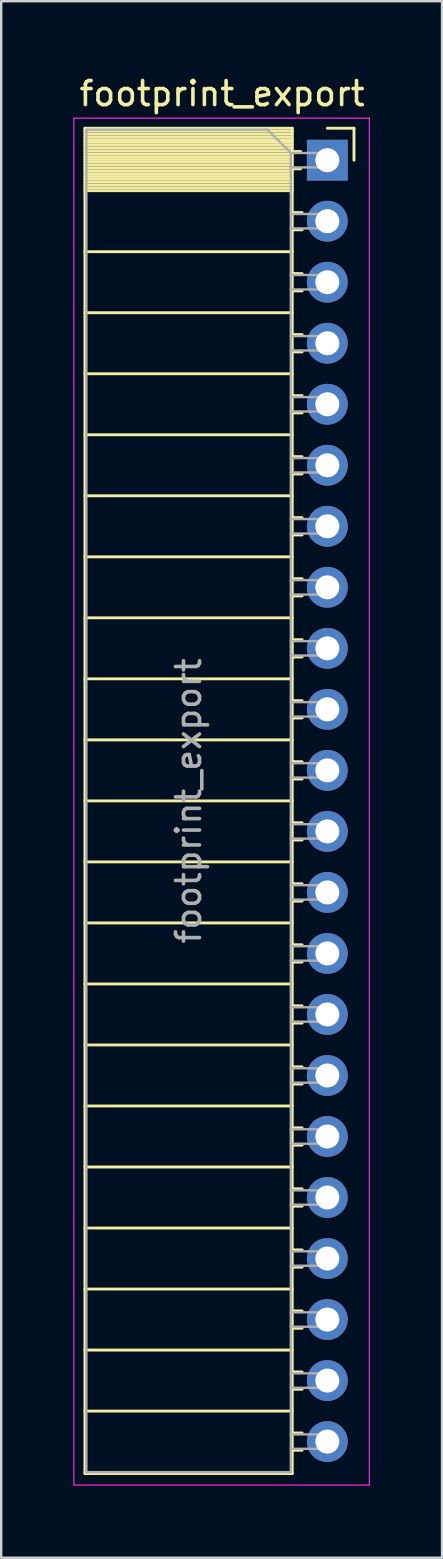
<source format=kicad_pcb>
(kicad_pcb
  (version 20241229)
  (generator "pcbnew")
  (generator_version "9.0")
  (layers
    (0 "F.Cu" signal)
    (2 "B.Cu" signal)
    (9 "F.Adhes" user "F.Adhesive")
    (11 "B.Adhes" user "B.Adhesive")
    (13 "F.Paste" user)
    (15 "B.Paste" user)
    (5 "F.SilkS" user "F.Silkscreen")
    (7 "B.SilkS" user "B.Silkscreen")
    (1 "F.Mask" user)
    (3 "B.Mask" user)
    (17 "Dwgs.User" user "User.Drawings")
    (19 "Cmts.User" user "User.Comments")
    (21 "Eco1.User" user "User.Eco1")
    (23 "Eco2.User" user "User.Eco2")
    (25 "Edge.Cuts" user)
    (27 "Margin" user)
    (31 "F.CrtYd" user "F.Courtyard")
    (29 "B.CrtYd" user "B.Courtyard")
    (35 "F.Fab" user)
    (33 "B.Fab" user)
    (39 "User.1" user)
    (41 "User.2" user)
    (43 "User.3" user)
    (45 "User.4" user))
  (footprint "footprint_export"
    (layer "F.Cu")
    (at 10.575 3.618)
    (property "Reference" "footprint_export" (at -4.38 -2.77 0) (layer "F.SilkS") (effects (font (size 1 1) (thickness 0.15))))
    (attr through_hole)
    (fp_line (start -10.09 -1.33) (end -10.09 54.67) (stroke (width 0.12) (type solid)) (layer "F.SilkS"))
    (fp_line (start -10.09 -1.33) (end -1.46 -1.33) (stroke (width 0.12) (type solid)) (layer "F.SilkS"))
    (fp_line (start -10.09 -1.21) (end -1.46 -1.21) (stroke (width 0.12) (type solid)) (layer "F.SilkS"))
    (fp_line (start -10.09 -1.092) (end -1.46 -1.092) (stroke (width 0.12) (type solid)) (layer "F.SilkS"))
    (fp_line (start -10.09 -0.974) (end -1.46 -0.974) (stroke (width 0.12) (type solid)) (layer "F.SilkS"))
    (fp_line (start -10.09 -0.856) (end -1.46 -0.856) (stroke (width 0.12) (type solid)) (layer "F.SilkS"))
    (fp_line (start -10.09 -0.738) (end -1.46 -0.738) (stroke (width 0.12) (type solid)) (layer "F.SilkS"))
    (fp_line (start -10.09 -0.62) (end -1.46 -0.62) (stroke (width 0.12) (type solid)) (layer "F.SilkS"))
    (fp_line (start -10.09 -0.501) (end -1.46 -0.501) (stroke (width 0.12) (type solid)) (layer "F.SilkS"))
    (fp_line (start -10.09 -0.383) (end -1.46 -0.383) (stroke (width 0.12) (type solid)) (layer "F.SilkS"))
    (fp_line (start -10.09 -0.265) (end -1.46 -0.265) (stroke (width 0.12) (type solid)) (layer "F.SilkS"))
    (fp_line (start -10.09 -0.147) (end -1.46 -0.147) (stroke (width 0.12) (type solid)) (layer "F.SilkS"))
    (fp_line (start -10.09 -0.029) (end -1.46 -0.029) (stroke (width 0.12) (type solid)) (layer "F.SilkS"))
    (fp_line (start -10.09 0.089) (end -1.46 0.089) (stroke (width 0.12) (type solid)) (layer "F.SilkS"))
    (fp_line (start -10.09 0.207) (end -1.46 0.207) (stroke (width 0.12) (type solid)) (layer "F.SilkS"))
    (fp_line (start -10.09 0.325) (end -1.46 0.325) (stroke (width 0.12) (type solid)) (layer "F.SilkS"))
    (fp_line (start -10.09 0.443) (end -1.46 0.443) (stroke (width 0.12) (type solid)) (layer "F.SilkS"))
    (fp_line (start -10.09 0.561) (end -1.46 0.561) (stroke (width 0.12) (type solid)) (layer "F.SilkS"))
    (fp_line (start -10.09 0.68) (end -1.46 0.68) (stroke (width 0.12) (type solid)) (layer "F.SilkS"))
    (fp_line (start -10.09 0.798) (end -1.46 0.798) (stroke (width 0.12) (type solid)) (layer "F.SilkS"))
    (fp_line (start -10.09 0.916) (end -1.46 0.916) (stroke (width 0.12) (type solid)) (layer "F.SilkS"))
    (fp_line (start -10.09 1.034) (end -1.46 1.034) (stroke (width 0.12) (type solid)) (layer "F.SilkS"))
    (fp_line (start -10.09 1.152) (end -1.46 1.152) (stroke (width 0.12) (type solid)) (layer "F.SilkS"))
    (fp_line (start -10.09 1.27) (end -1.46 1.27) (stroke (width 0.12) (type solid)) (layer "F.SilkS"))
    (fp_line (start -10.09 3.81) (end -1.46 3.81) (stroke (width 0.12) (type solid)) (layer "F.SilkS"))
    (fp_line (start -10.09 6.35) (end -1.46 6.35) (stroke (width 0.12) (type solid)) (layer "F.SilkS"))
    (fp_line (start -10.09 8.89) (end -1.46 8.89) (stroke (width 0.12) (type solid)) (layer "F.SilkS"))
    (fp_line (start -10.09 11.43) (end -1.46 11.43) (stroke (width 0.12) (type solid)) (layer "F.SilkS"))
    (fp_line (start -10.09 13.97) (end -1.46 13.97) (stroke (width 0.12) (type solid)) (layer "F.SilkS"))
    (fp_line (start -10.09 16.51) (end -1.46 16.51) (stroke (width 0.12) (type solid)) (layer "F.SilkS"))
    (fp_line (start -10.09 19.05) (end -1.46 19.05) (stroke (width 0.12) (type solid)) (layer "F.SilkS"))
    (fp_line (start -10.09 21.59) (end -1.46 21.59) (stroke (width 0.12) (type solid)) (layer "F.SilkS"))
    (fp_line (start -10.09 24.13) (end -1.46 24.13) (stroke (width 0.12) (type solid)) (layer "F.SilkS"))
    (fp_line (start -10.09 26.67) (end -1.46 26.67) (stroke (width 0.12) (type solid)) (layer "F.SilkS"))
    (fp_line (start -10.09 29.21) (end -1.46 29.21) (stroke (width 0.12) (type solid)) (layer "F.SilkS"))
    (fp_line (start -10.09 31.75) (end -1.46 31.75) (stroke (width 0.12) (type solid)) (layer "F.SilkS"))
    (fp_line (start -10.09 34.29) (end -1.46 34.29) (stroke (width 0.12) (type solid)) (layer "F.SilkS"))
    (fp_line (start -10.09 36.83) (end -1.46 36.83) (stroke (width 0.12) (type solid)) (layer "F.SilkS"))
    (fp_line (start -10.09 39.37) (end -1.46 39.37) (stroke (width 0.12) (type solid)) (layer "F.SilkS"))
    (fp_line (start -10.09 41.91) (end -1.46 41.91) (stroke (width 0.12) (type solid)) (layer "F.SilkS"))
    (fp_line (start -10.09 44.45) (end -1.46 44.45) (stroke (width 0.12) (type solid)) (layer "F.SilkS"))
    (fp_line (start -10.09 46.99) (end -1.46 46.99) (stroke (width 0.12) (type solid)) (layer "F.SilkS"))
    (fp_line (start -10.09 49.53) (end -1.46 49.53) (stroke (width 0.12) (type solid)) (layer "F.SilkS"))
    (fp_line (start -10.09 52.07) (end -1.46 52.07) (stroke (width 0.12) (type solid)) (layer "F.SilkS"))
    (fp_line (start -10.09 54.67) (end -1.46 54.67) (stroke (width 0.12) (type solid)) (layer "F.SilkS"))
    (fp_line (start -1.46 -1.33) (end -1.46 54.67) (stroke (width 0.12) (type solid)) (layer "F.SilkS"))
    (fp_line (start -1.46 -0.36) (end -1.11 -0.36) (stroke (width 0.12) (type solid)) (layer "F.SilkS"))
    (fp_line (start -1.46 0.36) (end -1.11 0.36) (stroke (width 0.12) (type solid)) (layer "F.SilkS"))
    (fp_line (start -1.46 2.18) (end -1.05 2.18) (stroke (width 0.12) (type solid)) (layer "F.SilkS"))
    (fp_line (start -1.46 2.9) (end -1.05 2.9) (stroke (width 0.12) (type solid)) (layer "F.SilkS"))
    (fp_line (start -1.46 4.72) (end -1.05 4.72) (stroke (width 0.12) (type solid)) (layer "F.SilkS"))
    (fp_line (start -1.46 5.44) (end -1.05 5.44) (stroke (width 0.12) (type solid)) (layer "F.SilkS"))
    (fp_line (start -1.46 7.26) (end -1.05 7.26) (stroke (width 0.12) (type solid)) (layer "F.SilkS"))
    (fp_line (start -1.46 7.98) (end -1.05 7.98) (stroke (width 0.12) (type solid)) (layer "F.SilkS"))
    (fp_line (start -1.46 9.8) (end -1.05 9.8) (stroke (width 0.12) (type solid)) (layer "F.SilkS"))
    (fp_line (start -1.46 10.52) (end -1.05 10.52) (stroke (width 0.12) (type solid)) (layer "F.SilkS"))
    (fp_line (start -1.46 12.34) (end -1.05 12.34) (stroke (width 0.12) (type solid)) (layer "F.SilkS"))
    (fp_line (start -1.46 13.06) (end -1.05 13.06) (stroke (width 0.12) (type solid)) (layer "F.SilkS"))
    (fp_line (start -1.46 14.88) (end -1.05 14.88) (stroke (width 0.12) (type solid)) (layer "F.SilkS"))
    (fp_line (start -1.46 15.6) (end -1.05 15.6) (stroke (width 0.12) (type solid)) (layer "F.SilkS"))
    (fp_line (start -1.46 17.42) (end -1.05 17.42) (stroke (width 0.12) (type solid)) (layer "F.SilkS"))
    (fp_line (start -1.46 18.14) (end -1.05 18.14) (stroke (width 0.12) (type solid)) (layer "F.SilkS"))
    (fp_line (start -1.46 19.96) (end -1.05 19.96) (stroke (width 0.12) (type solid)) (layer "F.SilkS"))
    (fp_line (start -1.46 20.68) (end -1.05 20.68) (stroke (width 0.12) (type solid)) (layer "F.SilkS"))
    (fp_line (start -1.46 22.5) (end -1.05 22.5) (stroke (width 0.12) (type solid)) (layer "F.SilkS"))
    (fp_line (start -1.46 23.22) (end -1.05 23.22) (stroke (width 0.12) (type solid)) (layer "F.SilkS"))
    (fp_line (start -1.46 25.04) (end -1.05 25.04) (stroke (width 0.12) (type solid)) (layer "F.SilkS"))
    (fp_line (start -1.46 25.76) (end -1.05 25.76) (stroke (width 0.12) (type solid)) (layer "F.SilkS"))
    (fp_line (start -1.46 27.58) (end -1.05 27.58) (stroke (width 0.12) (type solid)) (layer "F.SilkS"))
    (fp_line (start -1.46 28.3) (end -1.05 28.3) (stroke (width 0.12) (type solid)) (layer "F.SilkS"))
    (fp_line (start -1.46 30.12) (end -1.05 30.12) (stroke (width 0.12) (type solid)) (layer "F.SilkS"))
    (fp_line (start -1.46 30.84) (end -1.05 30.84) (stroke (width 0.12) (type solid)) (layer "F.SilkS"))
    (fp_line (start -1.46 32.66) (end -1.05 32.66) (stroke (width 0.12) (type solid)) (layer "F.SilkS"))
    (fp_line (start -1.46 33.38) (end -1.05 33.38) (stroke (width 0.12) (type solid)) (layer "F.SilkS"))
    (fp_line (start -1.46 35.2) (end -1.05 35.2) (stroke (width 0.12) (type solid)) (layer "F.SilkS"))
    (fp_line (start -1.46 35.92) (end -1.05 35.92) (stroke (width 0.12) (type solid)) (layer "F.SilkS"))
    (fp_line (start -1.46 37.74) (end -1.05 37.74) (stroke (width 0.12) (type solid)) (layer "F.SilkS"))
    (fp_line (start -1.46 38.46) (end -1.05 38.46) (stroke (width 0.12) (type solid)) (layer "F.SilkS"))
    (fp_line (start -1.46 40.28) (end -1.05 40.28) (stroke (width 0.12) (type solid)) (layer "F.SilkS"))
    (fp_line (start -1.46 41) (end -1.05 41) (stroke (width 0.12) (type solid)) (layer "F.SilkS"))
    (fp_line (start -1.46 42.82) (end -1.05 42.82) (stroke (width 0.12) (type solid)) (layer "F.SilkS"))
    (fp_line (start -1.46 43.54) (end -1.05 43.54) (stroke (width 0.12) (type solid)) (layer "F.SilkS"))
    (fp_line (start -1.46 45.36) (end -1.05 45.36) (stroke (width 0.12) (type solid)) (layer "F.SilkS"))
    (fp_line (start -1.46 46.08) (end -1.05 46.08) (stroke (width 0.12) (type solid)) (layer "F.SilkS"))
    (fp_line (start -1.46 47.9) (end -1.05 47.9) (stroke (width 0.12) (type solid)) (layer "F.SilkS"))
    (fp_line (start -1.46 48.62) (end -1.05 48.62) (stroke (width 0.12) (type solid)) (layer "F.SilkS"))
    (fp_line (start -1.46 50.44) (end -1.05 50.44) (stroke (width 0.12) (type solid)) (layer "F.SilkS"))
    (fp_line (start -1.46 51.16) (end -1.05 51.16) (stroke (width 0.12) (type solid)) (layer "F.SilkS"))
    (fp_line (start -1.46 52.98) (end -1.05 52.98) (stroke (width 0.12) (type solid)) (layer "F.SilkS"))
    (fp_line (start -1.46 53.7) (end -1.05 53.7) (stroke (width 0.12) (type solid)) (layer "F.SilkS"))
    (fp_line (start 0 -1.33) (end 1.11 -1.33) (stroke (width 0.12) (type solid)) (layer "F.SilkS"))
    (fp_line (start 1.11 -1.33) (end 1.11 0) (stroke (width 0.12) (type solid)) (layer "F.SilkS"))
    (fp_line (start -10.55 -1.75) (end -10.55 55.15) (stroke (width 0.05) (type solid)) (layer "F.CrtYd"))
    (fp_line (start -10.55 55.15) (end 1.75 55.15) (stroke (width 0.05) (type solid)) (layer "F.CrtYd"))
    (fp_line (start 1.75 -1.75) (end -10.55 -1.75) (stroke (width 0.05) (type solid)) (layer "F.CrtYd"))
    (fp_line (start 1.75 55.15) (end 1.75 -1.75) (stroke (width 0.05) (type solid)) (layer "F.CrtYd"))
    (fp_line (start -10.03 -1.27) (end -2.49 -1.27) (stroke (width 0.1) (type solid)) (layer "F.Fab"))
    (fp_line (start -10.03 54.61) (end -10.03 -1.27) (stroke (width 0.1) (type solid)) (layer "F.Fab"))
    (fp_line (start -2.49 -1.27) (end -1.52 -0.3) (stroke (width 0.1) (type solid)) (layer "F.Fab"))
    (fp_line (start -1.52 -0.3) (end -1.52 54.61) (stroke (width 0.1) (type solid)) (layer "F.Fab"))
    (fp_line (start -1.52 0.3) (end 0 0.3) (stroke (width 0.1) (type solid)) (layer "F.Fab"))
    (fp_line (start -1.52 2.84) (end 0 2.84) (stroke (width 0.1) (type solid)) (layer "F.Fab"))
    (fp_line (start -1.52 5.38) (end 0 5.38) (stroke (width 0.1) (type solid)) (layer "F.Fab"))
    (fp_line (start -1.52 7.92) (end 0 7.92) (stroke (width 0.1) (type solid)) (layer "F.Fab"))
    (fp_line (start -1.52 10.46) (end 0 10.46) (stroke (width 0.1) (type solid)) (layer "F.Fab"))
    (fp_line (start -1.52 13) (end 0 13) (stroke (width 0.1) (type solid)) (layer "F.Fab"))
    (fp_line (start -1.52 15.54) (end 0 15.54) (stroke (width 0.1) (type solid)) (layer "F.Fab"))
    (fp_line (start -1.52 18.08) (end 0 18.08) (stroke (width 0.1) (type solid)) (layer "F.Fab"))
    (fp_line (start -1.52 20.62) (end 0 20.62) (stroke (width 0.1) (type solid)) (layer "F.Fab"))
    (fp_line (start -1.52 23.16) (end 0 23.16) (stroke (width 0.1) (type solid)) (layer "F.Fab"))
    (fp_line (start -1.52 25.7) (end 0 25.7) (stroke (width 0.1) (type solid)) (layer "F.Fab"))
    (fp_line (start -1.52 28.24) (end 0 28.24) (stroke (width 0.1) (type solid)) (layer "F.Fab"))
    (fp_line (start -1.52 30.78) (end 0 30.78) (stroke (width 0.1) (type solid)) (layer "F.Fab"))
    (fp_line (start -1.52 33.32) (end 0 33.32) (stroke (width 0.1) (type solid)) (layer "F.Fab"))
    (fp_line (start -1.52 35.86) (end 0 35.86) (stroke (width 0.1) (type solid)) (layer "F.Fab"))
    (fp_line (start -1.52 38.4) (end 0 38.4) (stroke (width 0.1) (type solid)) (layer "F.Fab"))
    (fp_line (start -1.52 40.94) (end 0 40.94) (stroke (width 0.1) (type solid)) (layer "F.Fab"))
    (fp_line (start -1.52 43.48) (end 0 43.48) (stroke (width 0.1) (type solid)) (layer "F.Fab"))
    (fp_line (start -1.52 46.02) (end 0 46.02) (stroke (width 0.1) (type solid)) (layer "F.Fab"))
    (fp_line (start -1.52 48.56) (end 0 48.56) (stroke (width 0.1) (type solid)) (layer "F.Fab"))
    (fp_line (start -1.52 51.1) (end 0 51.1) (stroke (width 0.1) (type solid)) (layer "F.Fab"))
    (fp_line (start -1.52 53.64) (end 0 53.64) (stroke (width 0.1) (type solid)) (layer "F.Fab"))
    (fp_line (start -1.52 54.61) (end -10.03 54.61) (stroke (width 0.1) (type solid)) (layer "F.Fab"))
    (fp_line (start 0 -0.3) (end -1.52 -0.3) (stroke (width 0.1) (type solid)) (layer "F.Fab"))
    (fp_line (start 0 0.3) (end 0 -0.3) (stroke (width 0.1) (type solid)) (layer "F.Fab"))
    (fp_line (start 0 2.24) (end -1.52 2.24) (stroke (width 0.1) (type solid)) (layer "F.Fab"))
    (fp_line (start 0 2.84) (end 0 2.24) (stroke (width 0.1) (type solid)) (layer "F.Fab"))
    (fp_line (start 0 4.78) (end -1.52 4.78) (stroke (width 0.1) (type solid)) (layer "F.Fab"))
    (fp_line (start 0 5.38) (end 0 4.78) (stroke (width 0.1) (type solid)) (layer "F.Fab"))
    (fp_line (start 0 7.32) (end -1.52 7.32) (stroke (width 0.1) (type solid)) (layer "F.Fab"))
    (fp_line (start 0 7.92) (end 0 7.32) (stroke (width 0.1) (type solid)) (layer "F.Fab"))
    (fp_line (start 0 9.86) (end -1.52 9.86) (stroke (width 0.1) (type solid)) (layer "F.Fab"))
    (fp_line (start 0 10.46) (end 0 9.86) (stroke (width 0.1) (type solid)) (layer "F.Fab"))
    (fp_line (start 0 12.4) (end -1.52 12.4) (stroke (width 0.1) (type solid)) (layer "F.Fab"))
    (fp_line (start 0 13) (end 0 12.4) (stroke (width 0.1) (type solid)) (layer "F.Fab"))
    (fp_line (start 0 14.94) (end -1.52 14.94) (stroke (width 0.1) (type solid)) (layer "F.Fab"))
    (fp_line (start 0 15.54) (end 0 14.94) (stroke (width 0.1) (type solid)) (layer "F.Fab"))
    (fp_line (start 0 17.48) (end -1.52 17.48) (stroke (width 0.1) (type solid)) (layer "F.Fab"))
    (fp_line (start 0 18.08) (end 0 17.48) (stroke (width 0.1) (type solid)) (layer "F.Fab"))
    (fp_line (start 0 20.02) (end -1.52 20.02) (stroke (width 0.1) (type solid)) (layer "F.Fab"))
    (fp_line (start 0 20.62) (end 0 20.02) (stroke (width 0.1) (type solid)) (layer "F.Fab"))
    (fp_line (start 0 22.56) (end -1.52 22.56) (stroke (width 0.1) (type solid)) (layer "F.Fab"))
    (fp_line (start 0 23.16) (end 0 22.56) (stroke (width 0.1) (type solid)) (layer "F.Fab"))
    (fp_line (start 0 25.1) (end -1.52 25.1) (stroke (width 0.1) (type solid)) (layer "F.Fab"))
    (fp_line (start 0 25.7) (end 0 25.1) (stroke (width 0.1) (type solid)) (layer "F.Fab"))
    (fp_line (start 0 27.64) (end -1.52 27.64) (stroke (width 0.1) (type solid)) (layer "F.Fab"))
    (fp_line (start 0 28.24) (end 0 27.64) (stroke (width 0.1) (type solid)) (layer "F.Fab"))
    (fp_line (start 0 30.18) (end -1.52 30.18) (stroke (width 0.1) (type solid)) (layer "F.Fab"))
    (fp_line (start 0 30.78) (end 0 30.18) (stroke (width 0.1) (type solid)) (layer "F.Fab"))
    (fp_line (start 0 32.72) (end -1.52 32.72) (stroke (width 0.1) (type solid)) (layer "F.Fab"))
    (fp_line (start 0 33.32) (end 0 32.72) (stroke (width 0.1) (type solid)) (layer "F.Fab"))
    (fp_line (start 0 35.26) (end -1.52 35.26) (stroke (width 0.1) (type solid)) (layer "F.Fab"))
    (fp_line (start 0 35.86) (end 0 35.26) (stroke (width 0.1) (type solid)) (layer "F.Fab"))
    (fp_line (start 0 37.8) (end -1.52 37.8) (stroke (width 0.1) (type solid)) (layer "F.Fab"))
    (fp_line (start 0 38.4) (end 0 37.8) (stroke (width 0.1) (type solid)) (layer "F.Fab"))
    (fp_line (start 0 40.34) (end -1.52 40.34) (stroke (width 0.1) (type solid)) (layer "F.Fab"))
    (fp_line (start 0 40.94) (end 0 40.34) (stroke (width 0.1) (type solid)) (layer "F.Fab"))
    (fp_line (start 0 42.88) (end -1.52 42.88) (stroke (width 0.1) (type solid)) (layer "F.Fab"))
    (fp_line (start 0 43.48) (end 0 42.88) (stroke (width 0.1) (type solid)) (layer "F.Fab"))
    (fp_line (start 0 45.42) (end -1.52 45.42) (stroke (width 0.1) (type solid)) (layer "F.Fab"))
    (fp_line (start 0 46.02) (end 0 45.42) (stroke (width 0.1) (type solid)) (layer "F.Fab"))
    (fp_line (start 0 47.96) (end -1.52 47.96) (stroke (width 0.1) (type solid)) (layer "F.Fab"))
    (fp_line (start 0 48.56) (end 0 47.96) (stroke (width 0.1) (type solid)) (layer "F.Fab"))
    (fp_line (start 0 50.5) (end -1.52 50.5) (stroke (width 0.1) (type solid)) (layer "F.Fab"))
    (fp_line (start 0 51.1) (end 0 50.5) (stroke (width 0.1) (type solid)) (layer "F.Fab"))
    (fp_line (start 0 53.04) (end -1.52 53.04) (stroke (width 0.1) (type solid)) (layer "F.Fab"))
    (fp_line (start 0 53.64) (end 0 53.04) (stroke (width 0.1) (type solid)) (layer "F.Fab"))
    (fp_text user "${REFERENCE}" (at -5.775 26.67 90) (layer "F.Fab") (effects (font (size 1 1) (thickness 0.15))))
    (pad "1" thru_hole rect (at 0 0) (size 1.7 1.7) (drill 1) (layers "*.Cu" "*.Mask"))
    (pad "2" thru_hole oval (at 0 2.54) (size 1.7 1.7) (drill 1) (layers "*.Cu" "*.Mask"))
    (pad "3" thru_hole oval (at 0 5.08) (size 1.7 1.7) (drill 1) (layers "*.Cu" "*.Mask"))
    (pad "4" thru_hole oval (at 0 7.62) (size 1.7 1.7) (drill 1) (layers "*.Cu" "*.Mask"))
    (pad "5" thru_hole oval (at 0 10.16) (size 1.7 1.7) (drill 1) (layers "*.Cu" "*.Mask"))
    (pad "6" thru_hole oval (at 0 12.7) (size 1.7 1.7) (drill 1) (layers "*.Cu" "*.Mask"))
    (pad "7" thru_hole oval (at 0 15.24) (size 1.7 1.7) (drill 1) (layers "*.Cu" "*.Mask"))
    (pad "8" thru_hole oval (at 0 17.78) (size 1.7 1.7) (drill 1) (layers "*.Cu" "*.Mask"))
    (pad "9" thru_hole oval (at 0 20.32) (size 1.7 1.7) (drill 1) (layers "*.Cu" "*.Mask"))
    (pad "10" thru_hole oval (at 0 22.86) (size 1.7 1.7) (drill 1) (layers "*.Cu" "*.Mask"))
    (pad "11" thru_hole oval (at 0 25.4) (size 1.7 1.7) (drill 1) (layers "*.Cu" "*.Mask"))
    (pad "12" thru_hole oval (at 0 27.94) (size 1.7 1.7) (drill 1) (layers "*.Cu" "*.Mask"))
    (pad "13" thru_hole oval (at 0 30.48) (size 1.7 1.7) (drill 1) (layers "*.Cu" "*.Mask"))
    (pad "14" thru_hole oval (at 0 33.02) (size 1.7 1.7) (drill 1) (layers "*.Cu" "*.Mask"))
    (pad "15" thru_hole oval (at 0 35.56) (size 1.7 1.7) (drill 1) (layers "*.Cu" "*.Mask"))
    (pad "16" thru_hole oval (at 0 38.1) (size 1.7 1.7) (drill 1) (layers "*.Cu" "*.Mask"))
    (pad "17" thru_hole oval (at 0 40.64) (size 1.7 1.7) (drill 1) (layers "*.Cu" "*.Mask"))
    (pad "18" thru_hole oval (at 0 43.18) (size 1.7 1.7) (drill 1) (layers "*.Cu" "*.Mask"))
    (pad "19" thru_hole oval (at 0 45.72) (size 1.7 1.7) (drill 1) (layers "*.Cu" "*.Mask"))
    (pad "20" thru_hole oval (at 0 48.26) (size 1.7 1.7) (drill 1) (layers "*.Cu" "*.Mask"))
    (pad "21" thru_hole oval (at 0 50.8) (size 1.7 1.7) (drill 1) (layers "*.Cu" "*.Mask"))
    (pad "22" thru_hole oval (at 0 53.34) (size 1.7 1.7) (drill 1) (layers "*.Cu" "*.Mask")))
  (gr_rect
    (start -3 -3)
    (end 15.35 61.793)
    (stroke (width 0.1) (type default))
    (fill no)
    (layer "Edge.Cuts")))
</source>
